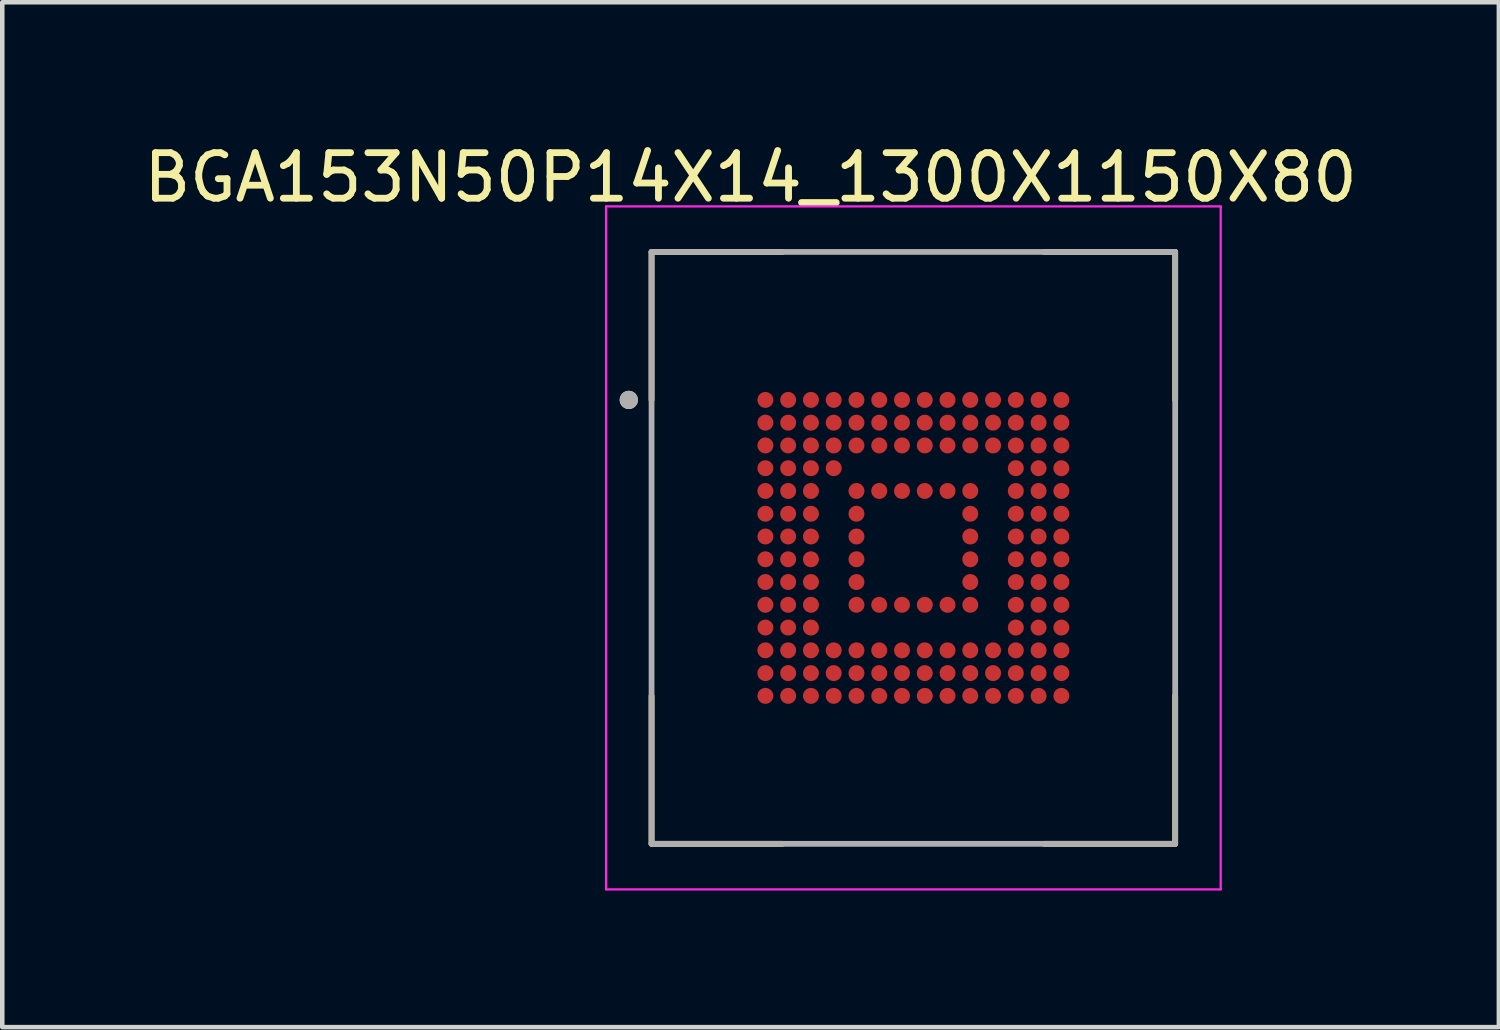
<source format=kicad_pcb>
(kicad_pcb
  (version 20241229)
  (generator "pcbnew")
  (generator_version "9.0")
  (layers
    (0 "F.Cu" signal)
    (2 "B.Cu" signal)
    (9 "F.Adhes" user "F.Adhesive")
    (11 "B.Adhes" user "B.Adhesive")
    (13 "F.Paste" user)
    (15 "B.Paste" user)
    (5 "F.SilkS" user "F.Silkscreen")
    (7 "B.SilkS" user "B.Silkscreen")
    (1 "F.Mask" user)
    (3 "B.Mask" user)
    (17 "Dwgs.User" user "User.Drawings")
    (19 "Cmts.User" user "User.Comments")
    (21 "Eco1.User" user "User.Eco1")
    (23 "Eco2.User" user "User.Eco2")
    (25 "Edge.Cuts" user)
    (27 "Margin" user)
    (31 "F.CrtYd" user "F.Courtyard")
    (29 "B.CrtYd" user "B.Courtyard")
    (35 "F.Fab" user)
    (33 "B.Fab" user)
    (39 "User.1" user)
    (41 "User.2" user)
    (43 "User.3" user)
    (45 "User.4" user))
  (footprint "BGA153N50P14X14_1300X1150X80"
    (layer "F.Cu")
    (at 17.01 8.983)
    (property "Reference" "BGA153N50P14X14_1300X1150X80" (at -3.575 -8.135 0) (layer "F.SilkS") (effects (font (size 1 1) (thickness 0.15))))
    (attr through_hole)
    (fp_line (start -5.75 -6.5) (end -5.75 -3.25) (stroke (width 0.127) (type solid)) (layer "F.SilkS"))
    (fp_line (start -5.75 -6.5) (end -2.875 -6.5) (stroke (width 0.127) (type solid)) (layer "F.SilkS"))
    (fp_line (start -5.75 6.5) (end -5.75 3.25) (stroke (width 0.127) (type solid)) (layer "F.SilkS"))
    (fp_line (start -5.75 6.5) (end -2.875 6.5) (stroke (width 0.127) (type solid)) (layer "F.SilkS"))
    (fp_line (start 5.75 -6.5) (end 2.875 -6.5) (stroke (width 0.127) (type solid)) (layer "F.SilkS"))
    (fp_line (start 5.75 -6.5) (end 5.75 -3.25) (stroke (width 0.127) (type solid)) (layer "F.SilkS"))
    (fp_line (start 5.75 6.5) (end 2.875 6.5) (stroke (width 0.127) (type solid)) (layer "F.SilkS"))
    (fp_line (start 5.75 6.5) (end 5.75 3.25) (stroke (width 0.127) (type solid)) (layer "F.SilkS"))
    (fp_circle (center -6.25 -3.25) (end -6.15 -3.25) (stroke (width 0.2) (type solid)) (fill no) (layer "F.SilkS"))
    (fp_line (start -6.75 -7.5) (end 6.75 -7.5) (stroke (width 0.05) (type solid)) (layer "F.CrtYd"))
    (fp_line (start -6.75 7.5) (end -6.75 -7.5) (stroke (width 0.05) (type solid)) (layer "F.CrtYd"))
    (fp_line (start -6.75 7.5) (end 6.75 7.5) (stroke (width 0.05) (type solid)) (layer "F.CrtYd"))
    (fp_line (start 6.75 7.5) (end 6.75 -7.5) (stroke (width 0.05) (type solid)) (layer "F.CrtYd"))
    (fp_line (start -5.75 6.5) (end -5.75 -6.5) (stroke (width 0.127) (type solid)) (layer "F.Fab"))
    (fp_line (start 5.75 -6.5) (end -5.75 -6.5) (stroke (width 0.127) (type solid)) (layer "F.Fab"))
    (fp_line (start 5.75 6.5) (end -5.75 6.5) (stroke (width 0.127) (type solid)) (layer "F.Fab"))
    (fp_line (start 5.75 6.5) (end 5.75 -6.5) (stroke (width 0.127) (type solid)) (layer "F.Fab"))
    (fp_circle (center -6.25 -3.25) (end -6.15 -3.25) (stroke (width 0.2) (type solid)) (fill no) (layer "F.Fab"))
    (pad "A1" smd circle (at -3.25 -3.25) (size 0.35 0.35) (layers "F.Cu" "F.Mask" "F.Paste"))
    (pad "A2" smd circle (at -2.75 -3.25) (size 0.35 0.35) (layers "F.Cu" "F.Mask" "F.Paste"))
    (pad "A3" smd circle (at -2.25 -3.25) (size 0.35 0.35) (layers "F.Cu" "F.Mask" "F.Paste"))
    (pad "A4" smd circle (at -1.75 -3.25) (size 0.35 0.35) (layers "F.Cu" "F.Mask" "F.Paste"))
    (pad "A5" smd circle (at -1.25 -3.25) (size 0.35 0.35) (layers "F.Cu" "F.Mask" "F.Paste"))
    (pad "A6" smd circle (at -0.75 -3.25) (size 0.35 0.35) (layers "F.Cu" "F.Mask" "F.Paste"))
    (pad "A7" smd circle (at -0.25 -3.25) (size 0.35 0.35) (layers "F.Cu" "F.Mask" "F.Paste"))
    (pad "A8" smd circle (at 0.25 -3.25) (size 0.35 0.35) (layers "F.Cu" "F.Mask" "F.Paste"))
    (pad "A9" smd circle (at 0.75 -3.25) (size 0.35 0.35) (layers "F.Cu" "F.Mask" "F.Paste"))
    (pad "A10" smd circle (at 1.25 -3.25) (size 0.35 0.35) (layers "F.Cu" "F.Mask" "F.Paste"))
    (pad "A11" smd circle (at 1.75 -3.25) (size 0.35 0.35) (layers "F.Cu" "F.Mask" "F.Paste"))
    (pad "A12" smd circle (at 2.25 -3.25) (size 0.35 0.35) (layers "F.Cu" "F.Mask" "F.Paste"))
    (pad "A13" smd circle (at 2.75 -3.25) (size 0.35 0.35) (layers "F.Cu" "F.Mask" "F.Paste"))
    (pad "A14" smd circle (at 3.25 -3.25) (size 0.35 0.35) (layers "F.Cu" "F.Mask" "F.Paste"))
    (pad "B1" smd circle (at -3.25 -2.75) (size 0.35 0.35) (layers "F.Cu" "F.Mask" "F.Paste"))
    (pad "B2" smd circle (at -2.75 -2.75) (size 0.35 0.35) (layers "F.Cu" "F.Mask" "F.Paste"))
    (pad "B3" smd circle (at -2.25 -2.75) (size 0.35 0.35) (layers "F.Cu" "F.Mask" "F.Paste"))
    (pad "B4" smd circle (at -1.75 -2.75) (size 0.35 0.35) (layers "F.Cu" "F.Mask" "F.Paste"))
    (pad "B5" smd circle (at -1.25 -2.75) (size 0.35 0.35) (layers "F.Cu" "F.Mask" "F.Paste"))
    (pad "B6" smd circle (at -0.75 -2.75) (size 0.35 0.35) (layers "F.Cu" "F.Mask" "F.Paste"))
    (pad "B7" smd circle (at -0.25 -2.75) (size 0.35 0.35) (layers "F.Cu" "F.Mask" "F.Paste"))
    (pad "B8" smd circle (at 0.25 -2.75) (size 0.35 0.35) (layers "F.Cu" "F.Mask" "F.Paste"))
    (pad "B9" smd circle (at 0.75 -2.75) (size 0.35 0.35) (layers "F.Cu" "F.Mask" "F.Paste"))
    (pad "B10" smd circle (at 1.25 -2.75) (size 0.35 0.35) (layers "F.Cu" "F.Mask" "F.Paste"))
    (pad "B11" smd circle (at 1.75 -2.75) (size 0.35 0.35) (layers "F.Cu" "F.Mask" "F.Paste"))
    (pad "B12" smd circle (at 2.25 -2.75) (size 0.35 0.35) (layers "F.Cu" "F.Mask" "F.Paste"))
    (pad "B13" smd circle (at 2.75 -2.75) (size 0.35 0.35) (layers "F.Cu" "F.Mask" "F.Paste"))
    (pad "B14" smd circle (at 3.25 -2.75) (size 0.35 0.35) (layers "F.Cu" "F.Mask" "F.Paste"))
    (pad "C1" smd circle (at -3.25 -2.25) (size 0.35 0.35) (layers "F.Cu" "F.Mask" "F.Paste"))
    (pad "C2" smd circle (at -2.75 -2.25) (size 0.35 0.35) (layers "F.Cu" "F.Mask" "F.Paste"))
    (pad "C3" smd circle (at -2.25 -2.25) (size 0.35 0.35) (layers "F.Cu" "F.Mask" "F.Paste"))
    (pad "C4" smd circle (at -1.75 -2.25) (size 0.35 0.35) (layers "F.Cu" "F.Mask" "F.Paste"))
    (pad "C5" smd circle (at -1.25 -2.25) (size 0.35 0.35) (layers "F.Cu" "F.Mask" "F.Paste"))
    (pad "C6" smd circle (at -0.75 -2.25) (size 0.35 0.35) (layers "F.Cu" "F.Mask" "F.Paste"))
    (pad "C7" smd circle (at -0.25 -2.25) (size 0.35 0.35) (layers "F.Cu" "F.Mask" "F.Paste"))
    (pad "C8" smd circle (at 0.25 -2.25) (size 0.35 0.35) (layers "F.Cu" "F.Mask" "F.Paste"))
    (pad "C9" smd circle (at 0.75 -2.25) (size 0.35 0.35) (layers "F.Cu" "F.Mask" "F.Paste"))
    (pad "C10" smd circle (at 1.25 -2.25) (size 0.35 0.35) (layers "F.Cu" "F.Mask" "F.Paste"))
    (pad "C11" smd circle (at 1.75 -2.25) (size 0.35 0.35) (layers "F.Cu" "F.Mask" "F.Paste"))
    (pad "C12" smd circle (at 2.25 -2.25) (size 0.35 0.35) (layers "F.Cu" "F.Mask" "F.Paste"))
    (pad "C13" smd circle (at 2.75 -2.25) (size 0.35 0.35) (layers "F.Cu" "F.Mask" "F.Paste"))
    (pad "C14" smd circle (at 3.25 -2.25) (size 0.35 0.35) (layers "F.Cu" "F.Mask" "F.Paste"))
    (pad "D1" smd circle (at -3.25 -1.75) (size 0.35 0.35) (layers "F.Cu" "F.Mask" "F.Paste"))
    (pad "D2" smd circle (at -2.75 -1.75) (size 0.35 0.35) (layers "F.Cu" "F.Mask" "F.Paste"))
    (pad "D3" smd circle (at -2.25 -1.75) (size 0.35 0.35) (layers "F.Cu" "F.Mask" "F.Paste"))
    (pad "D4" smd circle (at -1.75 -1.75) (size 0.35 0.35) (layers "F.Cu" "F.Mask" "F.Paste"))
    (pad "D12" smd circle (at 2.25 -1.75) (size 0.35 0.35) (layers "F.Cu" "F.Mask" "F.Paste"))
    (pad "D13" smd circle (at 2.75 -1.75) (size 0.35 0.35) (layers "F.Cu" "F.Mask" "F.Paste"))
    (pad "D14" smd circle (at 3.25 -1.75) (size 0.35 0.35) (layers "F.Cu" "F.Mask" "F.Paste"))
    (pad "E1" smd circle (at -3.25 -1.25) (size 0.35 0.35) (layers "F.Cu" "F.Mask" "F.Paste"))
    (pad "E2" smd circle (at -2.75 -1.25) (size 0.35 0.35) (layers "F.Cu" "F.Mask" "F.Paste"))
    (pad "E3" smd circle (at -2.25 -1.25) (size 0.35 0.35) (layers "F.Cu" "F.Mask" "F.Paste"))
    (pad "E5" smd circle (at -1.25 -1.25) (size 0.35 0.35) (layers "F.Cu" "F.Mask" "F.Paste"))
    (pad "E6" smd circle (at -0.75 -1.25) (size 0.35 0.35) (layers "F.Cu" "F.Mask" "F.Paste"))
    (pad "E7" smd circle (at -0.25 -1.25) (size 0.35 0.35) (layers "F.Cu" "F.Mask" "F.Paste"))
    (pad "E8" smd circle (at 0.25 -1.25) (size 0.35 0.35) (layers "F.Cu" "F.Mask" "F.Paste"))
    (pad "E9" smd circle (at 0.75 -1.25) (size 0.35 0.35) (layers "F.Cu" "F.Mask" "F.Paste"))
    (pad "E10" smd circle (at 1.25 -1.25) (size 0.35 0.35) (layers "F.Cu" "F.Mask" "F.Paste"))
    (pad "E12" smd circle (at 2.25 -1.25) (size 0.35 0.35) (layers "F.Cu" "F.Mask" "F.Paste"))
    (pad "E13" smd circle (at 2.75 -1.25) (size 0.35 0.35) (layers "F.Cu" "F.Mask" "F.Paste"))
    (pad "E14" smd circle (at 3.25 -1.25) (size 0.35 0.35) (layers "F.Cu" "F.Mask" "F.Paste"))
    (pad "F1" smd circle (at -3.25 -0.75) (size 0.35 0.35) (layers "F.Cu" "F.Mask" "F.Paste"))
    (pad "F2" smd circle (at -2.75 -0.75) (size 0.35 0.35) (layers "F.Cu" "F.Mask" "F.Paste"))
    (pad "F3" smd circle (at -2.25 -0.75) (size 0.35 0.35) (layers "F.Cu" "F.Mask" "F.Paste"))
    (pad "F5" smd circle (at -1.25 -0.75) (size 0.35 0.35) (layers "F.Cu" "F.Mask" "F.Paste"))
    (pad "F10" smd circle (at 1.25 -0.75) (size 0.35 0.35) (layers "F.Cu" "F.Mask" "F.Paste"))
    (pad "F12" smd circle (at 2.25 -0.75) (size 0.35 0.35) (layers "F.Cu" "F.Mask" "F.Paste"))
    (pad "F13" smd circle (at 2.75 -0.75) (size 0.35 0.35) (layers "F.Cu" "F.Mask" "F.Paste"))
    (pad "F14" smd circle (at 3.25 -0.75) (size 0.35 0.35) (layers "F.Cu" "F.Mask" "F.Paste"))
    (pad "G1" smd circle (at -3.25 -0.25) (size 0.35 0.35) (layers "F.Cu" "F.Mask" "F.Paste"))
    (pad "G2" smd circle (at -2.75 -0.25) (size 0.35 0.35) (layers "F.Cu" "F.Mask" "F.Paste"))
    (pad "G3" smd circle (at -2.25 -0.25) (size 0.35 0.35) (layers "F.Cu" "F.Mask" "F.Paste"))
    (pad "G5" smd circle (at -1.25 -0.25) (size 0.35 0.35) (layers "F.Cu" "F.Mask" "F.Paste"))
    (pad "G10" smd circle (at 1.25 -0.25) (size 0.35 0.35) (layers "F.Cu" "F.Mask" "F.Paste"))
    (pad "G12" smd circle (at 2.25 -0.25) (size 0.35 0.35) (layers "F.Cu" "F.Mask" "F.Paste"))
    (pad "G13" smd circle (at 2.75 -0.25) (size 0.35 0.35) (layers "F.Cu" "F.Mask" "F.Paste"))
    (pad "G14" smd circle (at 3.25 -0.25) (size 0.35 0.35) (layers "F.Cu" "F.Mask" "F.Paste"))
    (pad "H1" smd circle (at -3.25 0.25) (size 0.35 0.35) (layers "F.Cu" "F.Mask" "F.Paste"))
    (pad "H2" smd circle (at -2.75 0.25) (size 0.35 0.35) (layers "F.Cu" "F.Mask" "F.Paste"))
    (pad "H3" smd circle (at -2.25 0.25) (size 0.35 0.35) (layers "F.Cu" "F.Mask" "F.Paste"))
    (pad "H5" smd circle (at -1.25 0.25) (size 0.35 0.35) (layers "F.Cu" "F.Mask" "F.Paste"))
    (pad "H10" smd circle (at 1.25 0.25) (size 0.35 0.35) (layers "F.Cu" "F.Mask" "F.Paste"))
    (pad "H12" smd circle (at 2.25 0.25) (size 0.35 0.35) (layers "F.Cu" "F.Mask" "F.Paste"))
    (pad "H13" smd circle (at 2.75 0.25) (size 0.35 0.35) (layers "F.Cu" "F.Mask" "F.Paste"))
    (pad "H14" smd circle (at 3.25 0.25) (size 0.35 0.35) (layers "F.Cu" "F.Mask" "F.Paste"))
    (pad "J1" smd circle (at -3.25 0.75) (size 0.35 0.35) (layers "F.Cu" "F.Mask" "F.Paste"))
    (pad "J2" smd circle (at -2.75 0.75) (size 0.35 0.35) (layers "F.Cu" "F.Mask" "F.Paste"))
    (pad "J3" smd circle (at -2.25 0.75) (size 0.35 0.35) (layers "F.Cu" "F.Mask" "F.Paste"))
    (pad "J5" smd circle (at -1.25 0.75) (size 0.35 0.35) (layers "F.Cu" "F.Mask" "F.Paste"))
    (pad "J10" smd circle (at 1.25 0.75) (size 0.35 0.35) (layers "F.Cu" "F.Mask" "F.Paste"))
    (pad "J12" smd circle (at 2.25 0.75) (size 0.35 0.35) (layers "F.Cu" "F.Mask" "F.Paste"))
    (pad "J13" smd circle (at 2.75 0.75) (size 0.35 0.35) (layers "F.Cu" "F.Mask" "F.Paste"))
    (pad "J14" smd circle (at 3.25 0.75) (size 0.35 0.35) (layers "F.Cu" "F.Mask" "F.Paste"))
    (pad "K1" smd circle (at -3.25 1.25) (size 0.35 0.35) (layers "F.Cu" "F.Mask" "F.Paste"))
    (pad "K2" smd circle (at -2.75 1.25) (size 0.35 0.35) (layers "F.Cu" "F.Mask" "F.Paste"))
    (pad "K3" smd circle (at -2.25 1.25) (size 0.35 0.35) (layers "F.Cu" "F.Mask" "F.Paste"))
    (pad "K5" smd circle (at -1.25 1.25) (size 0.35 0.35) (layers "F.Cu" "F.Mask" "F.Paste"))
    (pad "K6" smd circle (at -0.75 1.25) (size 0.35 0.35) (layers "F.Cu" "F.Mask" "F.Paste"))
    (pad "K7" smd circle (at -0.25 1.25) (size 0.35 0.35) (layers "F.Cu" "F.Mask" "F.Paste"))
    (pad "K8" smd circle (at 0.25 1.25) (size 0.35 0.35) (layers "F.Cu" "F.Mask" "F.Paste"))
    (pad "K9" smd circle (at 0.75 1.25) (size 0.35 0.35) (layers "F.Cu" "F.Mask" "F.Paste"))
    (pad "K10" smd circle (at 1.25 1.25) (size 0.35 0.35) (layers "F.Cu" "F.Mask" "F.Paste"))
    (pad "K12" smd circle (at 2.25 1.25) (size 0.35 0.35) (layers "F.Cu" "F.Mask" "F.Paste"))
    (pad "K13" smd circle (at 2.75 1.25) (size 0.35 0.35) (layers "F.Cu" "F.Mask" "F.Paste"))
    (pad "K14" smd circle (at 3.25 1.25) (size 0.35 0.35) (layers "F.Cu" "F.Mask" "F.Paste"))
    (pad "L1" smd circle (at -3.25 1.75) (size 0.35 0.35) (layers "F.Cu" "F.Mask" "F.Paste"))
    (pad "L2" smd circle (at -2.75 1.75) (size 0.35 0.35) (layers "F.Cu" "F.Mask" "F.Paste"))
    (pad "L3" smd circle (at -2.25 1.75) (size 0.35 0.35) (layers "F.Cu" "F.Mask" "F.Paste"))
    (pad "L12" smd circle (at 2.25 1.75) (size 0.35 0.35) (layers "F.Cu" "F.Mask" "F.Paste"))
    (pad "L13" smd circle (at 2.75 1.75) (size 0.35 0.35) (layers "F.Cu" "F.Mask" "F.Paste"))
    (pad "L14" smd circle (at 3.25 1.75) (size 0.35 0.35) (layers "F.Cu" "F.Mask" "F.Paste"))
    (pad "M1" smd circle (at -3.25 2.25) (size 0.35 0.35) (layers "F.Cu" "F.Mask" "F.Paste"))
    (pad "M2" smd circle (at -2.75 2.25) (size 0.35 0.35) (layers "F.Cu" "F.Mask" "F.Paste"))
    (pad "M3" smd circle (at -2.25 2.25) (size 0.35 0.35) (layers "F.Cu" "F.Mask" "F.Paste"))
    (pad "M4" smd circle (at -1.75 2.25) (size 0.35 0.35) (layers "F.Cu" "F.Mask" "F.Paste"))
    (pad "M5" smd circle (at -1.25 2.25) (size 0.35 0.35) (layers "F.Cu" "F.Mask" "F.Paste"))
    (pad "M6" smd circle (at -0.75 2.25) (size 0.35 0.35) (layers "F.Cu" "F.Mask" "F.Paste"))
    (pad "M7" smd circle (at -0.25 2.25) (size 0.35 0.35) (layers "F.Cu" "F.Mask" "F.Paste"))
    (pad "M8" smd circle (at 0.25 2.25) (size 0.35 0.35) (layers "F.Cu" "F.Mask" "F.Paste"))
    (pad "M9" smd circle (at 0.75 2.25) (size 0.35 0.35) (layers "F.Cu" "F.Mask" "F.Paste"))
    (pad "M10" smd circle (at 1.25 2.25) (size 0.35 0.35) (layers "F.Cu" "F.Mask" "F.Paste"))
    (pad "M11" smd circle (at 1.75 2.25) (size 0.35 0.35) (layers "F.Cu" "F.Mask" "F.Paste"))
    (pad "M12" smd circle (at 2.25 2.25) (size 0.35 0.35) (layers "F.Cu" "F.Mask" "F.Paste"))
    (pad "M13" smd circle (at 2.75 2.25) (size 0.35 0.35) (layers "F.Cu" "F.Mask" "F.Paste"))
    (pad "M14" smd circle (at 3.25 2.25) (size 0.35 0.35) (layers "F.Cu" "F.Mask" "F.Paste"))
    (pad "N1" smd circle (at -3.25 2.75) (size 0.35 0.35) (layers "F.Cu" "F.Mask" "F.Paste"))
    (pad "N2" smd circle (at -2.75 2.75) (size 0.35 0.35) (layers "F.Cu" "F.Mask" "F.Paste"))
    (pad "N3" smd circle (at -2.25 2.75) (size 0.35 0.35) (layers "F.Cu" "F.Mask" "F.Paste"))
    (pad "N4" smd circle (at -1.75 2.75) (size 0.35 0.35) (layers "F.Cu" "F.Mask" "F.Paste"))
    (pad "N5" smd circle (at -1.25 2.75) (size 0.35 0.35) (layers "F.Cu" "F.Mask" "F.Paste"))
    (pad "N6" smd circle (at -0.75 2.75) (size 0.35 0.35) (layers "F.Cu" "F.Mask" "F.Paste"))
    (pad "N7" smd circle (at -0.25 2.75) (size 0.35 0.35) (layers "F.Cu" "F.Mask" "F.Paste"))
    (pad "N8" smd circle (at 0.25 2.75) (size 0.35 0.35) (layers "F.Cu" "F.Mask" "F.Paste"))
    (pad "N9" smd circle (at 0.75 2.75) (size 0.35 0.35) (layers "F.Cu" "F.Mask" "F.Paste"))
    (pad "N10" smd circle (at 1.25 2.75) (size 0.35 0.35) (layers "F.Cu" "F.Mask" "F.Paste"))
    (pad "N11" smd circle (at 1.75 2.75) (size 0.35 0.35) (layers "F.Cu" "F.Mask" "F.Paste"))
    (pad "N12" smd circle (at 2.25 2.75) (size 0.35 0.35) (layers "F.Cu" "F.Mask" "F.Paste"))
    (pad "N13" smd circle (at 2.75 2.75) (size 0.35 0.35) (layers "F.Cu" "F.Mask" "F.Paste"))
    (pad "N14" smd circle (at 3.25 2.75) (size 0.35 0.35) (layers "F.Cu" "F.Mask" "F.Paste"))
    (pad "P1" smd circle (at -3.25 3.25) (size 0.35 0.35) (layers "F.Cu" "F.Mask" "F.Paste"))
    (pad "P2" smd circle (at -2.75 3.25) (size 0.35 0.35) (layers "F.Cu" "F.Mask" "F.Paste"))
    (pad "P3" smd circle (at -2.25 3.25) (size 0.35 0.35) (layers "F.Cu" "F.Mask" "F.Paste"))
    (pad "P4" smd circle (at -1.75 3.25) (size 0.35 0.35) (layers "F.Cu" "F.Mask" "F.Paste"))
    (pad "P5" smd circle (at -1.25 3.25) (size 0.35 0.35) (layers "F.Cu" "F.Mask" "F.Paste"))
    (pad "P6" smd circle (at -0.75 3.25) (size 0.35 0.35) (layers "F.Cu" "F.Mask" "F.Paste"))
    (pad "P7" smd circle (at -0.25 3.25) (size 0.35 0.35) (layers "F.Cu" "F.Mask" "F.Paste"))
    (pad "P8" smd circle (at 0.25 3.25) (size 0.35 0.35) (layers "F.Cu" "F.Mask" "F.Paste"))
    (pad "P9" smd circle (at 0.75 3.25) (size 0.35 0.35) (layers "F.Cu" "F.Mask" "F.Paste"))
    (pad "P10" smd circle (at 1.25 3.25) (size 0.35 0.35) (layers "F.Cu" "F.Mask" "F.Paste"))
    (pad "P11" smd circle (at 1.75 3.25) (size 0.35 0.35) (layers "F.Cu" "F.Mask" "F.Paste"))
    (pad "P12" smd circle (at 2.25 3.25) (size 0.35 0.35) (layers "F.Cu" "F.Mask" "F.Paste"))
    (pad "P13" smd circle (at 2.75 3.25) (size 0.35 0.35) (layers "F.Cu" "F.Mask" "F.Paste"))
    (pad "P14" smd circle (at 3.25 3.25) (size 0.35 0.35) (layers "F.Cu" "F.Mask" "F.Paste")))
  (gr_rect
    (start -3 -3)
    (end 29.869 19.508)
    (stroke (width 0.1) (type default))
    (fill no)
    (layer "Edge.Cuts")))
</source>
